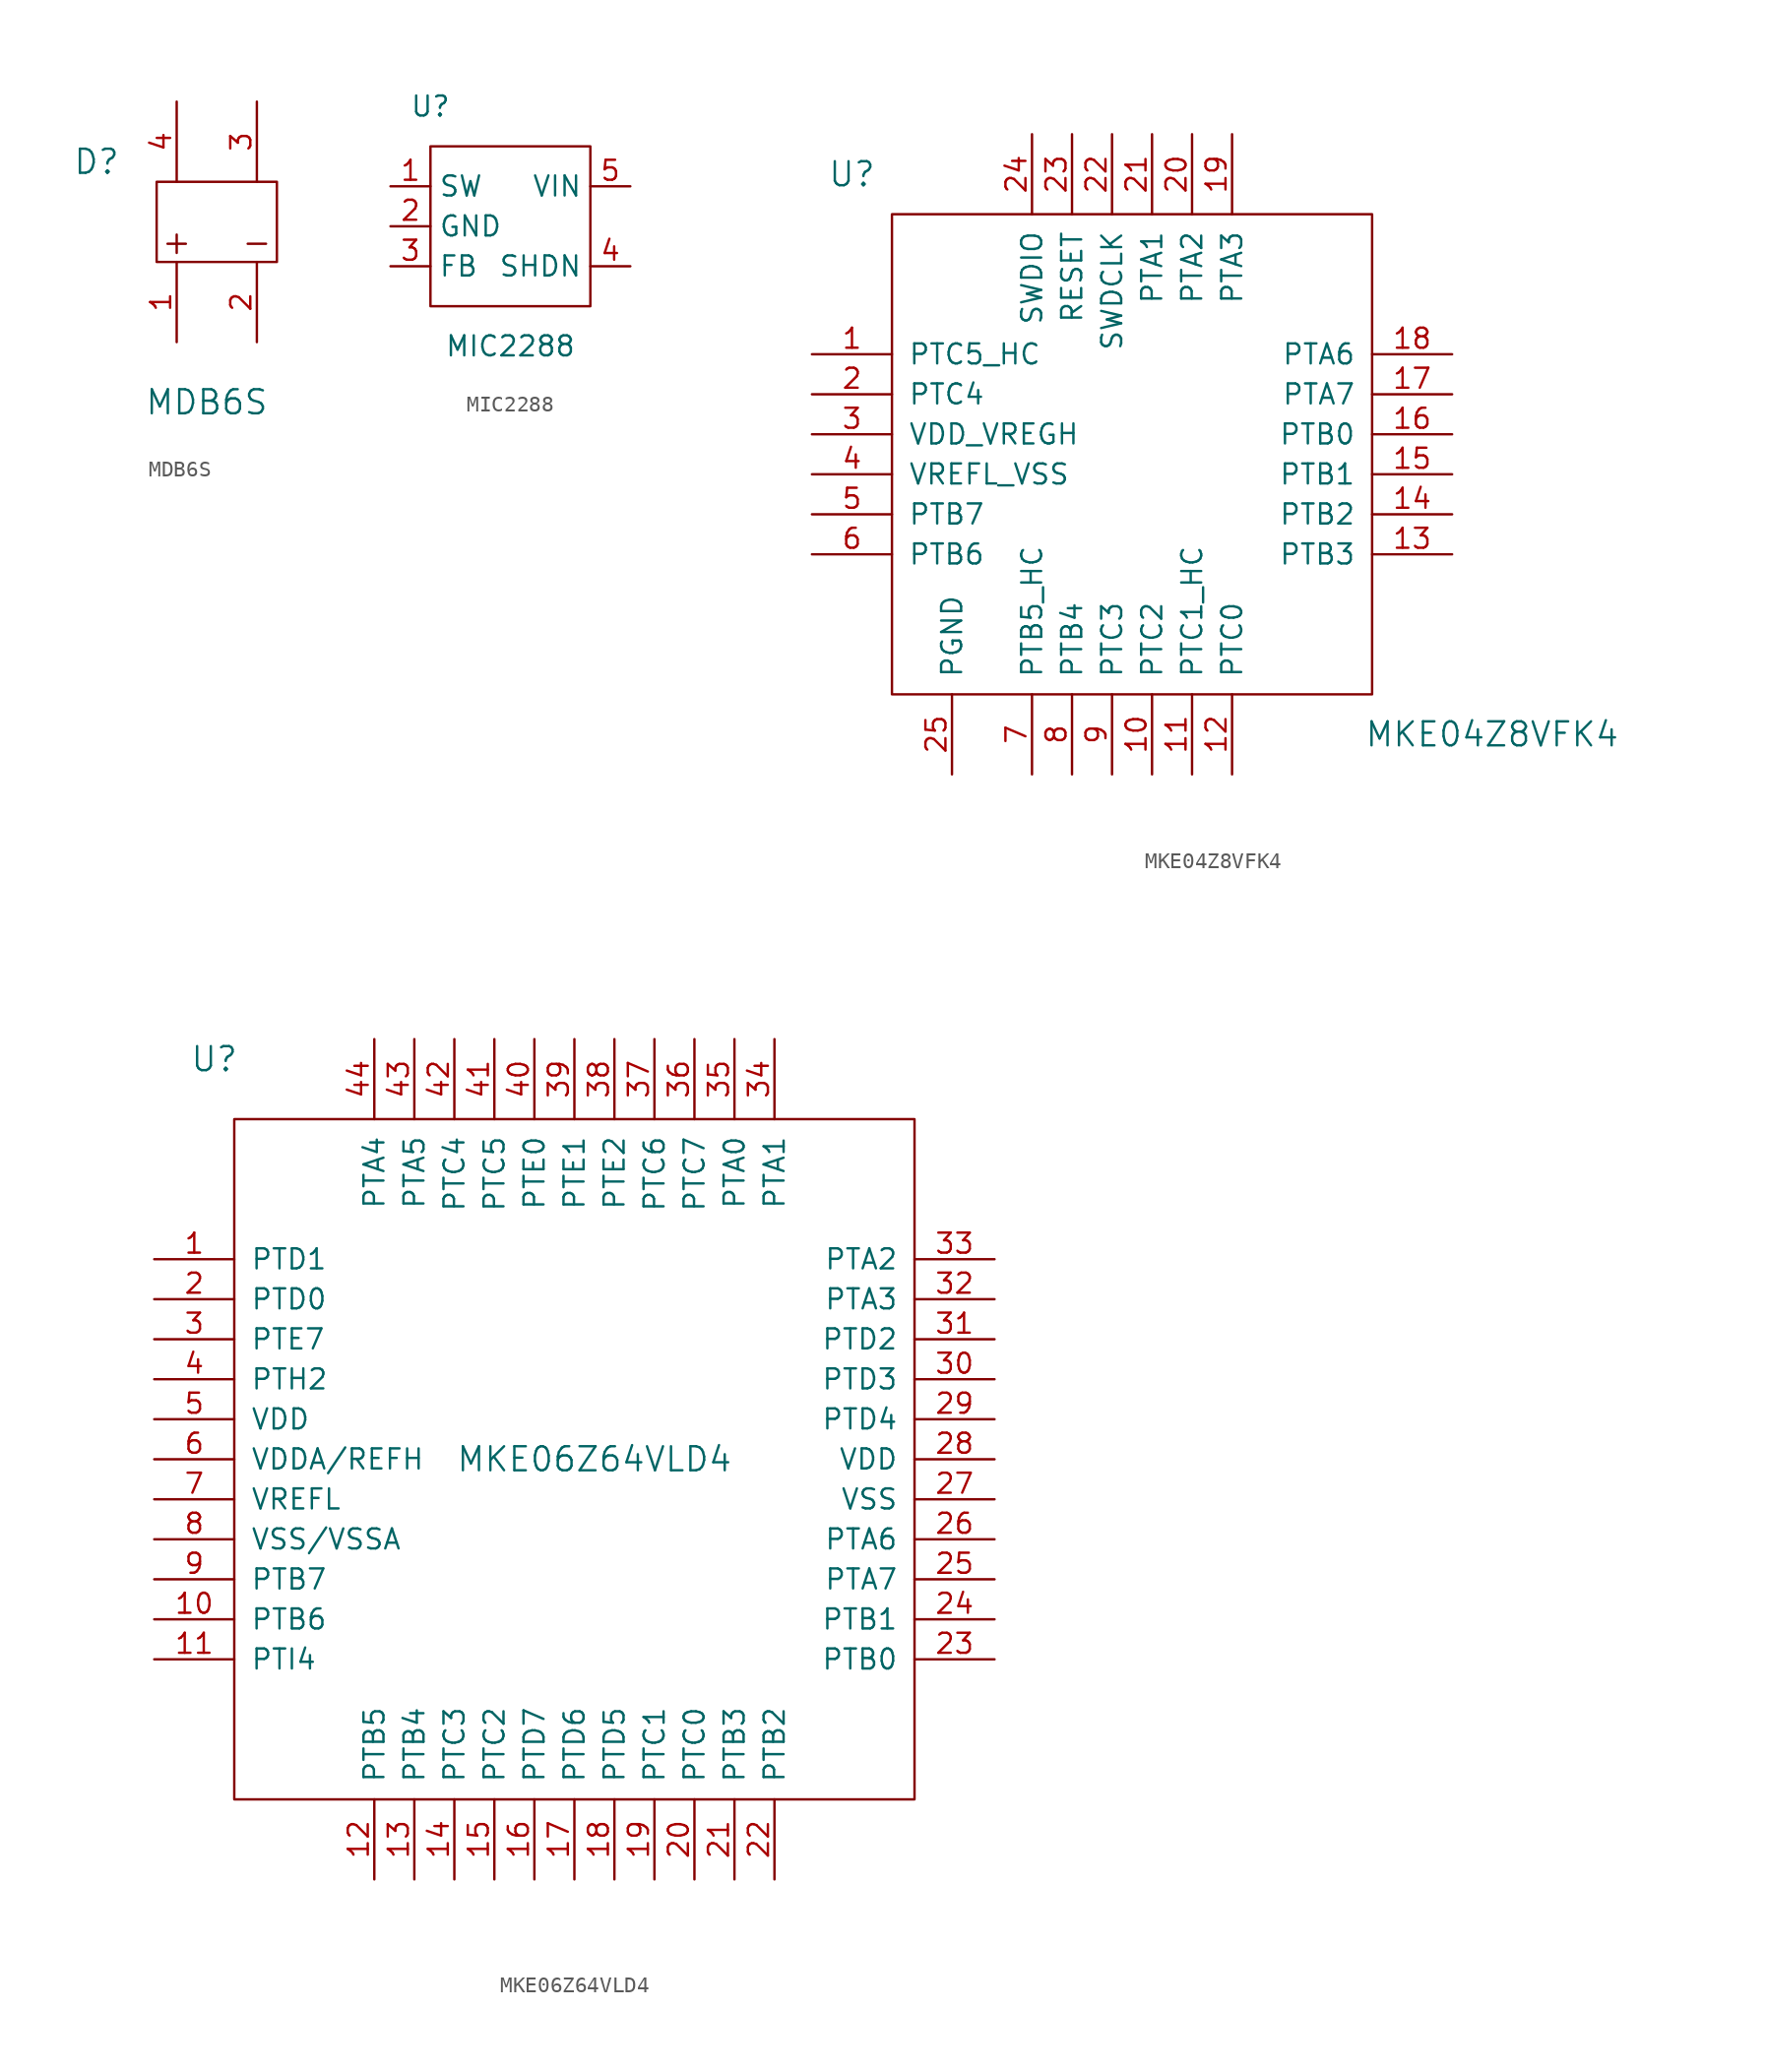
<source format=kicad_sym>
(kicad_symbol_lib
  (version 20231120)
  (generator "kicad_symbol_editor")
  (generator_version "8.0")
  (symbol "MDB6S"
    (pin_names
      (offset 1.016))
    (property "Reference" "D"
      (at -7.62 3.81 0)
      (effects (font (size 1.524 1.524))))
    (property "Value" "MDB6S"
      (at -0.635 -11.43 0)
      (effects (font (size 1.524 1.524))))
    (symbol "MDB6S_0_0"
      (text "+" (at -2.54 -1.27 0) (effects (font (size 1.524 1.524))))
      (text "-" (at 2.54 -1.27 0) (effects (font (size 1.524 1.524))))
      (text "~" (at -2.54 1.27 0) (effects (font (size 1.524 1.524))))
      (text "~" (at 2.54 1.27 0) (effects (font (size 1.524 1.524))))
      (text "~" (at 2.54 1.27 0) (effects (font (size 1.524 1.524))))
      (text "~" (at 2.54 1.27 0) (effects (font (size 1.524 1.524)))))
    (symbol "MDB6S_0_1"
      (rectangle (start -3.81 2.54) (end 3.81 -2.54) (stroke (width 0) (type default)) (fill (type none))))
    (symbol "MDB6S_1_1"
      (pin input line (at -2.54 -7.62 90) (length 5.08) (name "~" (effects (font (size 1.27 1.27)))) (number "1" (effects (font (size 1.27 1.27)))))
      (pin input line (at 2.54 -7.62 90) (length 5.08) (name "~" (effects (font (size 1.27 1.27)))) (number "2" (effects (font (size 1.27 1.27)))))
      (pin input line (at 2.54 7.62 270) (length 5.08) (name "~" (effects (font (size 1.27 1.27)))) (number "3" (effects (font (size 1.27 1.27)))))
      (pin input line (at -2.54 7.62 270) (length 5.08) (name "~" (effects (font (size 1.27 1.27)))) (number "4" (effects (font (size 1.27 1.27)))))))
  (symbol "MIC2288"
    (property "Reference" "U"
      (at -5.08 10.16 0)
      (effects (font (size 1.27 1.27))))
    (property "Value" "MIC2288"
      (at 0 -5.08 0)
      (effects (font (size 1.27 1.27))))
    (symbol "MIC2288_0_1"
      (rectangle (start -5.08 7.62) (end 5.08 -2.54) (stroke (width 0) (type default)) (fill (type none))))
    (symbol "MIC2288_1_1"
      (pin input line (at -7.62 5.08 0) (length 2.54) (name "SW" (effects (font (size 1.27 1.27)))) (number "1" (effects (font (size 1.27 1.27)))))
      (pin input line (at -7.62 2.54 0) (length 2.54) (name "GND" (effects (font (size 1.27 1.27)))) (number "2" (effects (font (size 1.27 1.27)))))
      (pin input line (at -7.62 0 0) (length 2.54) (name "FB" (effects (font (size 1.27 1.27)))) (number "3" (effects (font (size 1.27 1.27)))))
      (pin input line (at 7.62 0 180) (length 2.54) (name "SHDN" (effects (font (size 1.27 1.27)))) (number "4" (effects (font (size 1.27 1.27)))))
      (pin input line (at 7.62 5.08 180) (length 2.54) (name "VIN" (effects (font (size 1.27 1.27)))) (number "5" (effects (font (size 1.27 1.27)))))))
  (symbol "MKE04Z8VFK4"
    (pin_names
      (offset 1.016))
    (property "Reference" "U"
      (at -16.51 19.05 0)
      (effects (font (size 1.524 1.524))))
    (property "Value" "MKE04Z8VFK4"
      (at 24.13 -16.51 0)
      (effects (font (size 1.524 1.524))))
    (symbol "MKE04Z8VFK4_0_1"
      (rectangle (start -13.97 16.51) (end 16.51 -13.97) (stroke (width 0) (type default)) (fill (type none))))
    (symbol "MKE04Z8VFK4_1_1"
      (pin input line (at -19.05 7.62 0) (length 5.08) (name "PTC5_HC" (effects (font (size 1.27 1.27)))) (number "1" (effects (font (size 1.27 1.27)))))
      (pin input line (at 2.54 -19.05 90) (length 5.08) (name "PTC2" (effects (font (size 1.27 1.27)))) (number "10" (effects (font (size 1.27 1.27)))))
      (pin input line (at 5.08 -19.05 90) (length 5.08) (name "PTC1_HC" (effects (font (size 1.27 1.27)))) (number "11" (effects (font (size 1.27 1.27)))))
      (pin input line (at 7.62 -19.05 90) (length 5.08) (name "PTC0" (effects (font (size 1.27 1.27)))) (number "12" (effects (font (size 1.27 1.27)))))
      (pin input line (at 21.59 -5.08 180) (length 5.08) (name "PTB3" (effects (font (size 1.27 1.27)))) (number "13" (effects (font (size 1.27 1.27)))))
      (pin input line (at 21.59 -2.54 180) (length 5.08) (name "PTB2" (effects (font (size 1.27 1.27)))) (number "14" (effects (font (size 1.27 1.27)))))
      (pin input line (at 21.59 0 180) (length 5.08) (name "PTB1" (effects (font (size 1.27 1.27)))) (number "15" (effects (font (size 1.27 1.27)))))
      (pin input line (at 21.59 2.54 180) (length 5.08) (name "PTB0" (effects (font (size 1.27 1.27)))) (number "16" (effects (font (size 1.27 1.27)))))
      (pin input line (at 21.59 5.08 180) (length 5.08) (name "PTA7" (effects (font (size 1.27 1.27)))) (number "17" (effects (font (size 1.27 1.27)))))
      (pin input line (at 21.59 7.62 180) (length 5.08) (name "PTA6" (effects (font (size 1.27 1.27)))) (number "18" (effects (font (size 1.27 1.27)))))
      (pin input line (at 7.62 21.59 270) (length 5.08) (name "PTA3" (effects (font (size 1.27 1.27)))) (number "19" (effects (font (size 1.27 1.27)))))
      (pin input line (at -19.05 5.08 0) (length 5.08) (name "PTC4" (effects (font (size 1.27 1.27)))) (number "2" (effects (font (size 1.27 1.27)))))
      (pin input line (at 5.08 21.59 270) (length 5.08) (name "PTA2" (effects (font (size 1.27 1.27)))) (number "20" (effects (font (size 1.27 1.27)))))
      (pin input line (at 2.54 21.59 270) (length 5.08) (name "PTA1" (effects (font (size 1.27 1.27)))) (number "21" (effects (font (size 1.27 1.27)))))
      (pin input line (at 0 21.59 270) (length 5.08) (name "SWDCLK" (effects (font (size 1.27 1.27)))) (number "22" (effects (font (size 1.27 1.27)))))
      (pin input line (at -2.54 21.59 270) (length 5.08) (name "RESET" (effects (font (size 1.27 1.27)))) (number "23" (effects (font (size 1.27 1.27)))))
      (pin input line (at -5.08 21.59 270) (length 5.08) (name "SWDIO" (effects (font (size 1.27 1.27)))) (number "24" (effects (font (size 1.27 1.27)))))
      (pin input line (at -10.16 -19.05 90) (length 5.08) (name "PGND" (effects (font (size 1.27 1.27)))) (number "25" (effects (font (size 1.27 1.27)))))
      (pin input line (at -19.05 2.54 0) (length 5.08) (name "VDD_VREGH" (effects (font (size 1.27 1.27)))) (number "3" (effects (font (size 1.27 1.27)))))
      (pin input line (at -19.05 0 0) (length 5.08) (name "VREFL_VSS" (effects (font (size 1.27 1.27)))) (number "4" (effects (font (size 1.27 1.27)))))
      (pin input line (at -19.05 -2.54 0) (length 5.08) (name "PTB7" (effects (font (size 1.27 1.27)))) (number "5" (effects (font (size 1.27 1.27)))))
      (pin input line (at -19.05 -5.08 0) (length 5.08) (name "PTB6" (effects (font (size 1.27 1.27)))) (number "6" (effects (font (size 1.27 1.27)))))
      (pin input line (at -5.08 -19.05 90) (length 5.08) (name "PTB5_HC" (effects (font (size 1.27 1.27)))) (number "7" (effects (font (size 1.27 1.27)))))
      (pin input line (at -2.54 -19.05 90) (length 5.08) (name "PTB4" (effects (font (size 1.27 1.27)))) (number "8" (effects (font (size 1.27 1.27)))))
      (pin input line (at 0 -19.05 90) (length 5.08) (name "PTC3" (effects (font (size 1.27 1.27)))) (number "9" (effects (font (size 1.27 1.27)))))))
  (symbol "MKE06Z64VLD4"
    (pin_names
      (offset 1.016))
    (property "Reference" "U"
      (at -22.86 25.4 0)
      (effects (font (size 1.524 1.524))))
    (property "Value" "MKE06Z64VLD4"
      (at 1.27 0 0)
      (effects (font (size 1.524 1.524))))
    (symbol "MKE06Z64VLD4_0_0"
      (rectangle (start -21.59 21.59) (end 21.59 -21.59) (stroke (width 0) (type default)) (fill (type none))))
    (symbol "MKE06Z64VLD4_1_1"
      (pin input line (at -26.67 12.7 0) (length 5.08) (name "PTD1" (effects (font (size 1.27 1.27)))) (number "1" (effects (font (size 1.27 1.27)))))
      (pin input line (at -26.67 -10.16 0) (length 5.08) (name "PTB6" (effects (font (size 1.27 1.27)))) (number "10" (effects (font (size 1.27 1.27)))))
      (pin input line (at -26.67 -12.7 0) (length 5.08) (name "PTI4" (effects (font (size 1.27 1.27)))) (number "11" (effects (font (size 1.27 1.27)))))
      (pin input line (at -12.7 -26.67 90) (length 5.08) (name "PTB5" (effects (font (size 1.27 1.27)))) (number "12" (effects (font (size 1.27 1.27)))))
      (pin input line (at -10.16 -26.67 90) (length 5.08) (name "PTB4" (effects (font (size 1.27 1.27)))) (number "13" (effects (font (size 1.27 1.27)))))
      (pin input line (at -7.62 -26.67 90) (length 5.08) (name "PTC3" (effects (font (size 1.27 1.27)))) (number "14" (effects (font (size 1.27 1.27)))))
      (pin input line (at -5.08 -26.67 90) (length 5.08) (name "PTC2" (effects (font (size 1.27 1.27)))) (number "15" (effects (font (size 1.27 1.27)))))
      (pin input line (at -2.54 -26.67 90) (length 5.08) (name "PTD7" (effects (font (size 1.27 1.27)))) (number "16" (effects (font (size 1.27 1.27)))))
      (pin input line (at 0 -26.67 90) (length 5.08) (name "PTD6" (effects (font (size 1.27 1.27)))) (number "17" (effects (font (size 1.27 1.27)))))
      (pin input line (at 2.54 -26.67 90) (length 5.08) (name "PTD5" (effects (font (size 1.27 1.27)))) (number "18" (effects (font (size 1.27 1.27)))))
      (pin input line (at 5.08 -26.67 90) (length 5.08) (name "PTC1" (effects (font (size 1.27 1.27)))) (number "19" (effects (font (size 1.27 1.27)))))
      (pin input line (at -26.67 10.16 0) (length 5.08) (name "PTD0" (effects (font (size 1.27 1.27)))) (number "2" (effects (font (size 1.27 1.27)))))
      (pin input line (at 7.62 -26.67 90) (length 5.08) (name "PTC0" (effects (font (size 1.27 1.27)))) (number "20" (effects (font (size 1.27 1.27)))))
      (pin input line (at 10.16 -26.67 90) (length 5.08) (name "PTB3" (effects (font (size 1.27 1.27)))) (number "21" (effects (font (size 1.27 1.27)))))
      (pin input line (at 12.7 -26.67 90) (length 5.08) (name "PTB2" (effects (font (size 1.27 1.27)))) (number "22" (effects (font (size 1.27 1.27)))))
      (pin input line (at 26.67 -12.7 180) (length 5.08) (name "PTB0" (effects (font (size 1.27 1.27)))) (number "23" (effects (font (size 1.27 1.27)))))
      (pin input line (at 26.67 -10.16 180) (length 5.08) (name "PTB1" (effects (font (size 1.27 1.27)))) (number "24" (effects (font (size 1.27 1.27)))))
      (pin input line (at 26.67 -7.62 180) (length 5.08) (name "PTA7" (effects (font (size 1.27 1.27)))) (number "25" (effects (font (size 1.27 1.27)))))
      (pin input line (at 26.67 -5.08 180) (length 5.08) (name "PTA6" (effects (font (size 1.27 1.27)))) (number "26" (effects (font (size 1.27 1.27)))))
      (pin input line (at 26.67 -2.54 180) (length 5.08) (name "VSS" (effects (font (size 1.27 1.27)))) (number "27" (effects (font (size 1.27 1.27)))))
      (pin input line (at 26.67 0 180) (length 5.08) (name "VDD" (effects (font (size 1.27 1.27)))) (number "28" (effects (font (size 1.27 1.27)))))
      (pin input line (at 26.67 2.54 180) (length 5.08) (name "PTD4" (effects (font (size 1.27 1.27)))) (number "29" (effects (font (size 1.27 1.27)))))
      (pin input line (at -26.67 7.62 0) (length 5.08) (name "PTE7" (effects (font (size 1.27 1.27)))) (number "3" (effects (font (size 1.27 1.27)))))
      (pin input line (at 26.67 5.08 180) (length 5.08) (name "PTD3" (effects (font (size 1.27 1.27)))) (number "30" (effects (font (size 1.27 1.27)))))
      (pin input line (at 26.67 7.62 180) (length 5.08) (name "PTD2" (effects (font (size 1.27 1.27)))) (number "31" (effects (font (size 1.27 1.27)))))
      (pin input line (at 26.67 10.16 180) (length 5.08) (name "PTA3" (effects (font (size 1.27 1.27)))) (number "32" (effects (font (size 1.27 1.27)))))
      (pin input line (at 26.67 12.7 180) (length 5.08) (name "PTA2" (effects (font (size 1.27 1.27)))) (number "33" (effects (font (size 1.27 1.27)))))
      (pin input line (at 12.7 26.67 270) (length 5.08) (name "PTA1" (effects (font (size 1.27 1.27)))) (number "34" (effects (font (size 1.27 1.27)))))
      (pin input line (at 10.16 26.67 270) (length 5.08) (name "PTA0" (effects (font (size 1.27 1.27)))) (number "35" (effects (font (size 1.27 1.27)))))
      (pin input line (at 7.62 26.67 270) (length 5.08) (name "PTC7" (effects (font (size 1.27 1.27)))) (number "36" (effects (font (size 1.27 1.27)))))
      (pin input line (at 5.08 26.67 270) (length 5.08) (name "PTC6" (effects (font (size 1.27 1.27)))) (number "37" (effects (font (size 1.27 1.27)))))
      (pin input line (at 2.54 26.67 270) (length 5.08) (name "PTE2" (effects (font (size 1.27 1.27)))) (number "38" (effects (font (size 1.27 1.27)))))
      (pin input line (at 0 26.67 270) (length 5.08) (name "PTE1" (effects (font (size 1.27 1.27)))) (number "39" (effects (font (size 1.27 1.27)))))
      (pin input line (at -26.67 5.08 0) (length 5.08) (name "PTH2" (effects (font (size 1.27 1.27)))) (number "4" (effects (font (size 1.27 1.27)))))
      (pin input line (at -2.54 26.67 270) (length 5.08) (name "PTE0" (effects (font (size 1.27 1.27)))) (number "40" (effects (font (size 1.27 1.27)))))
      (pin input line (at -5.08 26.67 270) (length 5.08) (name "PTC5" (effects (font (size 1.27 1.27)))) (number "41" (effects (font (size 1.27 1.27)))))
      (pin input line (at -7.62 26.67 270) (length 5.08) (name "PTC4" (effects (font (size 1.27 1.27)))) (number "42" (effects (font (size 1.27 1.27)))))
      (pin input line (at -10.16 26.67 270) (length 5.08) (name "PTA5" (effects (font (size 1.27 1.27)))) (number "43" (effects (font (size 1.27 1.27)))))
      (pin input line (at -12.7 26.67 270) (length 5.08) (name "PTA4" (effects (font (size 1.27 1.27)))) (number "44" (effects (font (size 1.27 1.27)))))
      (pin input line (at -26.67 2.54 0) (length 5.08) (name "VDD" (effects (font (size 1.27 1.27)))) (number "5" (effects (font (size 1.27 1.27)))))
      (pin input line (at -26.67 0 0) (length 5.08) (name "VDDA/REFH" (effects (font (size 1.27 1.27)))) (number "6" (effects (font (size 1.27 1.27)))))
      (pin input line (at -26.67 -2.54 0) (length 5.08) (name "VREFL" (effects (font (size 1.27 1.27)))) (number "7" (effects (font (size 1.27 1.27)))))
      (pin input line (at -26.67 -5.08 0) (length 5.08) (name "VSS/VSSA" (effects (font (size 1.27 1.27)))) (number "8" (effects (font (size 1.27 1.27)))))
      (pin input line (at -26.67 -7.62 0) (length 5.08) (name "PTB7" (effects (font (size 1.27 1.27)))) (number "9" (effects (font (size 1.27 1.27))))))))
</source>
